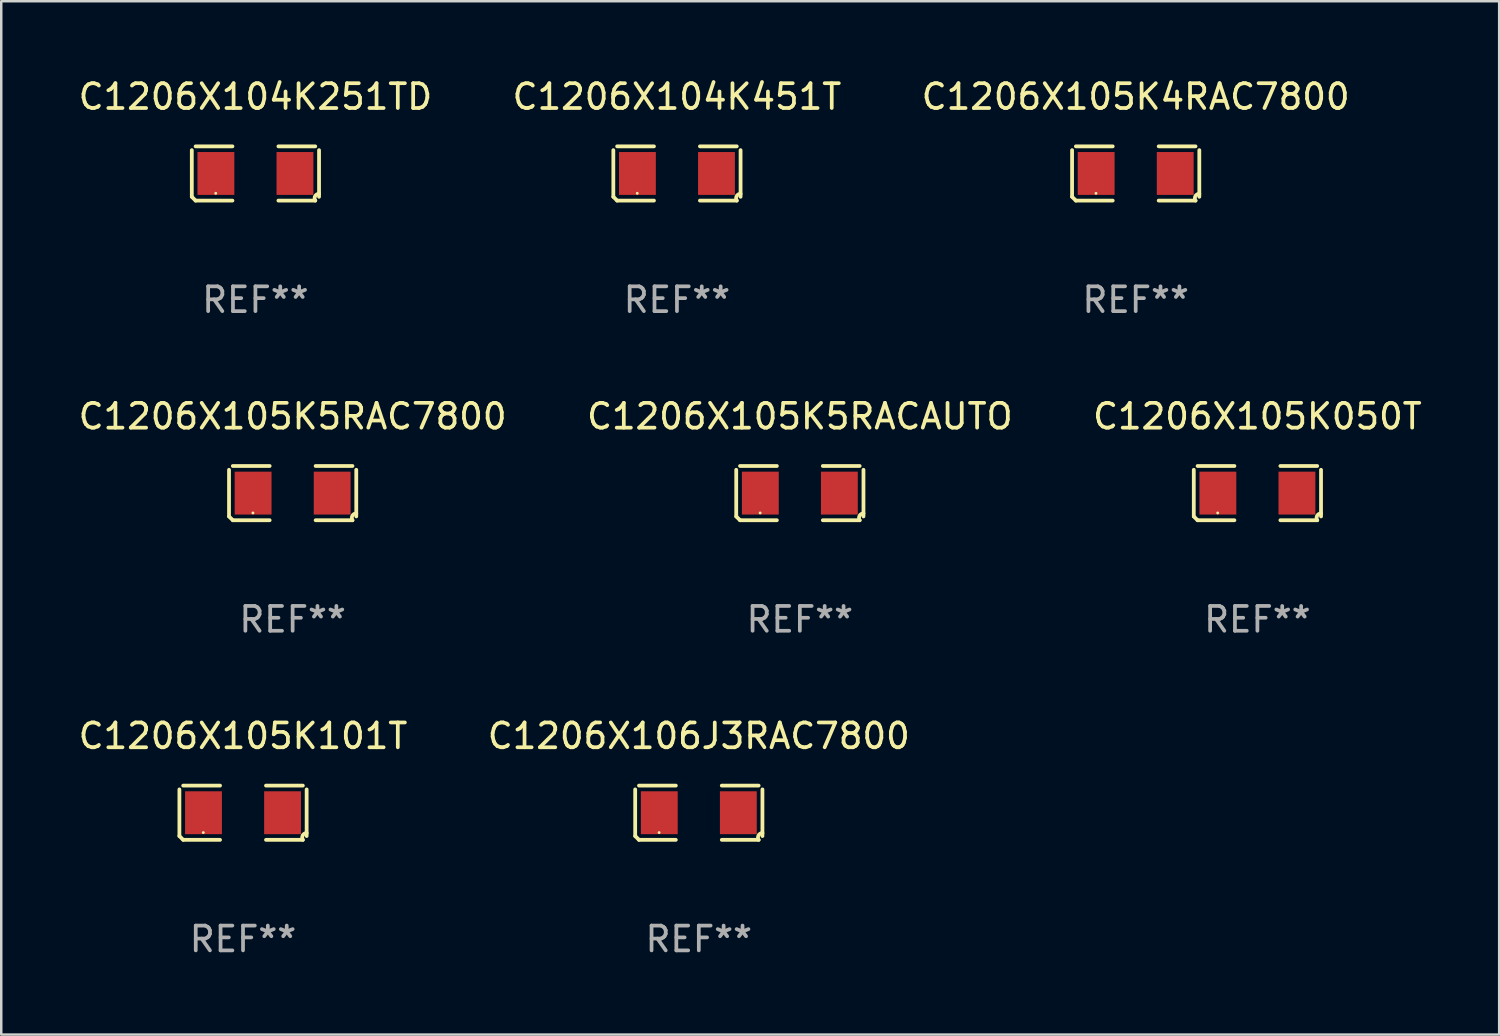
<source format=kicad_pcb>
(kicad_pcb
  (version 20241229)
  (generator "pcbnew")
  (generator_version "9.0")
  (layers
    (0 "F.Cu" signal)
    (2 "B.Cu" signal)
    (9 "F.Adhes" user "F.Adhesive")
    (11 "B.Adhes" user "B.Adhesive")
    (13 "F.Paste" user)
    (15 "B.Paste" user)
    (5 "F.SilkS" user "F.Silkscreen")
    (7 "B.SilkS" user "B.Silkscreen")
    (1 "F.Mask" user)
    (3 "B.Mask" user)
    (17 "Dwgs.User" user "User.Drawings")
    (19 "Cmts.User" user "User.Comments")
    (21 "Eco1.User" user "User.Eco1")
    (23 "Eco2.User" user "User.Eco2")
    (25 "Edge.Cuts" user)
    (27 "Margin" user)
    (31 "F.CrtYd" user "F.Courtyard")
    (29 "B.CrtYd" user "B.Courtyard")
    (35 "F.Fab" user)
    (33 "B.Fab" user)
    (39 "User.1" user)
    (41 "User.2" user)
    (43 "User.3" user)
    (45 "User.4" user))
  (footprint "C1206X105K4RAC7800"
    (layer "F.Cu")
    (at 42.72 3.941)
    (property "Reference" "C1206X105K4RAC7800" (at 0 -3.093 0) (layer "F.SilkS") (effects (font (size 1 1) (thickness 0.15))))
    (attr through_hole)
    (fp_line (start -2.564 0.94) (end -2.564 -0.94) (stroke (width 0.152) (type solid)) (layer "F.SilkS"))
    (fp_line (start -2.411 -1.093) (end -0.926 -1.093) (stroke (width 0.152) (type solid)) (layer "F.SilkS"))
    (fp_line (start -0.926 1.093) (end -2.411 1.093) (stroke (width 0.152) (type solid)) (layer "F.SilkS"))
    (fp_line (start 0.926 1.093) (end 2.411 1.093) (stroke (width 0.152) (type solid)) (layer "F.SilkS"))
    (fp_line (start 2.411 -1.093) (end 0.926 -1.093) (stroke (width 0.152) (type solid)) (layer "F.SilkS"))
    (fp_line (start 2.564 0.94) (end 2.564 -0.94) (stroke (width 0.152) (type solid)) (layer "F.SilkS"))
    (fp_arc (start -2.411201 1.092609) (mid -2.487413 1.01642) (end -2.563602 0.940208) (stroke (width 0.1524) (type solid)) (layer "F.SilkS"))
    (fp_arc (start 2.411201 1.092609) (mid 2.407159 0.911226) (end 2.563602 0.819347) (stroke (width 0.1524) (type solid)) (layer "F.SilkS"))
    (fp_circle (center -1.6 0.8) (end -1.57 0.8) (stroke (width 0.06) (type solid)) (fill no) (layer "F.SilkS"))
    (fp_text user "REF**" (at 0 5.093 0) (layer "F.Fab") (effects (font (size 1 1) (thickness 0.15))))
    (pad "1" smd rect (at -1.593 0) (size 1.485 1.728) (layers "F.Cu" "F.Mask" "F.Paste"))
    (pad "2" smd rect (at 1.593 0) (size 1.485 1.728) (layers "F.Cu" "F.Mask" "F.Paste")))
  (footprint "C1206X105K5RACAUTO"
    (layer "F.Cu")
    (at 29.185 16.823)
    (property "Reference" "C1206X105K5RACAUTO" (at 0 -3.093 0) (layer "F.SilkS") (effects (font (size 1 1) (thickness 0.15))))
    (attr through_hole)
    (fp_line (start -2.564 0.94) (end -2.564 -0.94) (stroke (width 0.152) (type solid)) (layer "F.SilkS"))
    (fp_line (start -2.411 -1.093) (end -0.926 -1.093) (stroke (width 0.152) (type solid)) (layer "F.SilkS"))
    (fp_line (start -0.926 1.093) (end -2.411 1.093) (stroke (width 0.152) (type solid)) (layer "F.SilkS"))
    (fp_line (start 0.926 1.093) (end 2.411 1.093) (stroke (width 0.152) (type solid)) (layer "F.SilkS"))
    (fp_line (start 2.411 -1.093) (end 0.926 -1.093) (stroke (width 0.152) (type solid)) (layer "F.SilkS"))
    (fp_line (start 2.564 0.94) (end 2.564 -0.94) (stroke (width 0.152) (type solid)) (layer "F.SilkS"))
    (fp_arc (start -2.411201 1.092609) (mid -2.487413 1.01642) (end -2.563602 0.940208) (stroke (width 0.1524) (type solid)) (layer "F.SilkS"))
    (fp_arc (start 2.411201 1.092609) (mid 2.407159 0.911226) (end 2.563602 0.819347) (stroke (width 0.1524) (type solid)) (layer "F.SilkS"))
    (fp_circle (center -1.6 0.8) (end -1.57 0.8) (stroke (width 0.06) (type solid)) (fill no) (layer "F.SilkS"))
    (fp_text user "REF**" (at 0 5.093 0) (layer "F.Fab") (effects (font (size 1 1) (thickness 0.15))))
    (pad "1" smd rect (at -1.593 0) (size 1.485 1.728) (layers "F.Cu" "F.Mask" "F.Paste"))
    (pad "2" smd rect (at 1.593 0) (size 1.485 1.728) (layers "F.Cu" "F.Mask" "F.Paste")))
  (footprint "C1206X105K101T"
    (layer "F.Cu")
    (at 6.744 29.704)
    (property "Reference" "C1206X105K101T" (at 0 -3.093 0) (layer "F.SilkS") (effects (font (size 1 1) (thickness 0.15))))
    (attr through_hole)
    (fp_line (start -2.564 0.94) (end -2.564 -0.94) (stroke (width 0.152) (type solid)) (layer "F.SilkS"))
    (fp_line (start -2.411 -1.093) (end -0.926 -1.093) (stroke (width 0.152) (type solid)) (layer "F.SilkS"))
    (fp_line (start -0.926 1.093) (end -2.411 1.093) (stroke (width 0.152) (type solid)) (layer "F.SilkS"))
    (fp_line (start 0.926 1.093) (end 2.411 1.093) (stroke (width 0.152) (type solid)) (layer "F.SilkS"))
    (fp_line (start 2.411 -1.093) (end 0.926 -1.093) (stroke (width 0.152) (type solid)) (layer "F.SilkS"))
    (fp_line (start 2.564 0.94) (end 2.564 -0.94) (stroke (width 0.152) (type solid)) (layer "F.SilkS"))
    (fp_arc (start -2.411201 1.092609) (mid -2.487413 1.01642) (end -2.563602 0.940208) (stroke (width 0.1524) (type solid)) (layer "F.SilkS"))
    (fp_arc (start 2.411201 1.092609) (mid 2.407159 0.911226) (end 2.563602 0.819347) (stroke (width 0.1524) (type solid)) (layer "F.SilkS"))
    (fp_circle (center -1.6 0.8) (end -1.57 0.8) (stroke (width 0.06) (type solid)) (fill no) (layer "F.SilkS"))
    (fp_text user "REF**" (at 0 5.093 0) (layer "F.Fab") (effects (font (size 1 1) (thickness 0.15))))
    (pad "1" smd rect (at -1.593 0) (size 1.485 1.728) (layers "F.Cu" "F.Mask" "F.Paste"))
    (pad "2" smd rect (at 1.593 0) (size 1.485 1.728) (layers "F.Cu" "F.Mask" "F.Paste")))
  (footprint "C1206X106J3RAC7800"
    (layer "F.Cu")
    (at 25.113 29.704)
    (property "Reference" "C1206X106J3RAC7800" (at 0 -3.093 0) (layer "F.SilkS") (effects (font (size 1 1) (thickness 0.15))))
    (attr through_hole)
    (fp_line (start -2.564 0.94) (end -2.564 -0.94) (stroke (width 0.152) (type solid)) (layer "F.SilkS"))
    (fp_line (start -2.411 -1.093) (end -0.926 -1.093) (stroke (width 0.152) (type solid)) (layer "F.SilkS"))
    (fp_line (start -0.926 1.093) (end -2.411 1.093) (stroke (width 0.152) (type solid)) (layer "F.SilkS"))
    (fp_line (start 0.926 1.093) (end 2.411 1.093) (stroke (width 0.152) (type solid)) (layer "F.SilkS"))
    (fp_line (start 2.411 -1.093) (end 0.926 -1.093) (stroke (width 0.152) (type solid)) (layer "F.SilkS"))
    (fp_line (start 2.564 0.94) (end 2.564 -0.94) (stroke (width 0.152) (type solid)) (layer "F.SilkS"))
    (fp_arc (start -2.411201 1.092609) (mid -2.487413 1.01642) (end -2.563602 0.940208) (stroke (width 0.1524) (type solid)) (layer "F.SilkS"))
    (fp_arc (start 2.411201 1.092609) (mid 2.407159 0.911226) (end 2.563602 0.819347) (stroke (width 0.1524) (type solid)) (layer "F.SilkS"))
    (fp_circle (center -1.6 0.8) (end -1.57 0.8) (stroke (width 0.06) (type solid)) (fill no) (layer "F.SilkS"))
    (fp_text user "REF**" (at 0 5.093 0) (layer "F.Fab") (effects (font (size 1 1) (thickness 0.15))))
    (pad "1" smd rect (at -1.593 0) (size 1.485 1.728) (layers "F.Cu" "F.Mask" "F.Paste"))
    (pad "2" smd rect (at 1.593 0) (size 1.485 1.728) (layers "F.Cu" "F.Mask" "F.Paste")))
  (footprint "C1206X105K5RAC7800"
    (layer "F.Cu")
    (at 8.744 16.823)
    (property "Reference" "C1206X105K5RAC7800" (at 0 -3.093 0) (layer "F.SilkS") (effects (font (size 1 1) (thickness 0.15))))
    (attr through_hole)
    (fp_line (start -2.564 0.94) (end -2.564 -0.94) (stroke (width 0.152) (type solid)) (layer "F.SilkS"))
    (fp_line (start -2.411 -1.093) (end -0.926 -1.093) (stroke (width 0.152) (type solid)) (layer "F.SilkS"))
    (fp_line (start -0.926 1.093) (end -2.411 1.093) (stroke (width 0.152) (type solid)) (layer "F.SilkS"))
    (fp_line (start 0.926 1.093) (end 2.411 1.093) (stroke (width 0.152) (type solid)) (layer "F.SilkS"))
    (fp_line (start 2.411 -1.093) (end 0.926 -1.093) (stroke (width 0.152) (type solid)) (layer "F.SilkS"))
    (fp_line (start 2.564 0.94) (end 2.564 -0.94) (stroke (width 0.152) (type solid)) (layer "F.SilkS"))
    (fp_arc (start -2.411201 1.092609) (mid -2.487413 1.01642) (end -2.563602 0.940208) (stroke (width 0.1524) (type solid)) (layer "F.SilkS"))
    (fp_arc (start 2.411201 1.092609) (mid 2.407159 0.911226) (end 2.563602 0.819347) (stroke (width 0.1524) (type solid)) (layer "F.SilkS"))
    (fp_circle (center -1.6 0.8) (end -1.57 0.8) (stroke (width 0.06) (type solid)) (fill no) (layer "F.SilkS"))
    (fp_text user "REF**" (at 0 5.093 0) (layer "F.Fab") (effects (font (size 1 1) (thickness 0.15))))
    (pad "1" smd rect (at -1.593 0) (size 1.485 1.728) (layers "F.Cu" "F.Mask" "F.Paste"))
    (pad "2" smd rect (at 1.593 0) (size 1.485 1.728) (layers "F.Cu" "F.Mask" "F.Paste")))
  (footprint "C1206X104K451T"
    (layer "F.Cu")
    (at 24.232 3.941)
    (property "Reference" "C1206X104K451T" (at 0 -3.093 0) (layer "F.SilkS") (effects (font (size 1 1) (thickness 0.15))))
    (attr through_hole)
    (fp_line (start -2.564 0.94) (end -2.564 -0.94) (stroke (width 0.152) (type solid)) (layer "F.SilkS"))
    (fp_line (start -2.411 -1.093) (end -0.926 -1.093) (stroke (width 0.152) (type solid)) (layer "F.SilkS"))
    (fp_line (start -0.926 1.093) (end -2.411 1.093) (stroke (width 0.152) (type solid)) (layer "F.SilkS"))
    (fp_line (start 0.926 1.093) (end 2.411 1.093) (stroke (width 0.152) (type solid)) (layer "F.SilkS"))
    (fp_line (start 2.411 -1.093) (end 0.926 -1.093) (stroke (width 0.152) (type solid)) (layer "F.SilkS"))
    (fp_line (start 2.564 0.94) (end 2.564 -0.94) (stroke (width 0.152) (type solid)) (layer "F.SilkS"))
    (fp_arc (start -2.411201 1.092609) (mid -2.487413 1.01642) (end -2.563602 0.940208) (stroke (width 0.1524) (type solid)) (layer "F.SilkS"))
    (fp_arc (start 2.411201 1.092609) (mid 2.407159 0.911226) (end 2.563602 0.819347) (stroke (width 0.1524) (type solid)) (layer "F.SilkS"))
    (fp_circle (center -1.6 0.8) (end -1.57 0.8) (stroke (width 0.06) (type solid)) (fill no) (layer "F.SilkS"))
    (fp_text user "REF**" (at 0 5.093 0) (layer "F.Fab") (effects (font (size 1 1) (thickness 0.15))))
    (pad "1" smd rect (at -1.593 0) (size 1.485 1.728) (layers "F.Cu" "F.Mask" "F.Paste"))
    (pad "2" smd rect (at 1.593 0) (size 1.485 1.728) (layers "F.Cu" "F.Mask" "F.Paste")))
  (footprint "C1206X105K050T"
    (layer "F.Cu")
    (at 47.625 16.823)
    (property "Reference" "C1206X105K050T" (at 0 -3.093 0) (layer "F.SilkS") (effects (font (size 1 1) (thickness 0.15))))
    (attr through_hole)
    (fp_line (start -2.564 0.94) (end -2.564 -0.94) (stroke (width 0.152) (type solid)) (layer "F.SilkS"))
    (fp_line (start -2.411 -1.093) (end -0.926 -1.093) (stroke (width 0.152) (type solid)) (layer "F.SilkS"))
    (fp_line (start -0.926 1.093) (end -2.411 1.093) (stroke (width 0.152) (type solid)) (layer "F.SilkS"))
    (fp_line (start 0.926 1.093) (end 2.411 1.093) (stroke (width 0.152) (type solid)) (layer "F.SilkS"))
    (fp_line (start 2.411 -1.093) (end 0.926 -1.093) (stroke (width 0.152) (type solid)) (layer "F.SilkS"))
    (fp_line (start 2.564 0.94) (end 2.564 -0.94) (stroke (width 0.152) (type solid)) (layer "F.SilkS"))
    (fp_arc (start -2.411201 1.092609) (mid -2.487413 1.01642) (end -2.563602 0.940208) (stroke (width 0.1524) (type solid)) (layer "F.SilkS"))
    (fp_arc (start 2.411201 1.092609) (mid 2.407159 0.911226) (end 2.563602 0.819347) (stroke (width 0.1524) (type solid)) (layer "F.SilkS"))
    (fp_circle (center -1.6 0.8) (end -1.57 0.8) (stroke (width 0.06) (type solid)) (fill no) (layer "F.SilkS"))
    (fp_text user "REF**" (at 0 5.093 0) (layer "F.Fab") (effects (font (size 1 1) (thickness 0.15))))
    (pad "1" smd rect (at -1.593 0) (size 1.485 1.728) (layers "F.Cu" "F.Mask" "F.Paste"))
    (pad "2" smd rect (at 1.593 0) (size 1.485 1.728) (layers "F.Cu" "F.Mask" "F.Paste")))
  (footprint "C1206X104K251TD"
    (layer "F.Cu")
    (at 7.244 3.941)
    (property "Reference" "C1206X104K251TD" (at 0 -3.093 0) (layer "F.SilkS") (effects (font (size 1 1) (thickness 0.15))))
    (attr through_hole)
    (fp_line (start -2.564 0.94) (end -2.564 -0.94) (stroke (width 0.152) (type solid)) (layer "F.SilkS"))
    (fp_line (start -2.411 -1.093) (end -0.926 -1.093) (stroke (width 0.152) (type solid)) (layer "F.SilkS"))
    (fp_line (start -0.926 1.093) (end -2.411 1.093) (stroke (width 0.152) (type solid)) (layer "F.SilkS"))
    (fp_line (start 0.926 1.093) (end 2.411 1.093) (stroke (width 0.152) (type solid)) (layer "F.SilkS"))
    (fp_line (start 2.411 -1.093) (end 0.926 -1.093) (stroke (width 0.152) (type solid)) (layer "F.SilkS"))
    (fp_line (start 2.564 0.94) (end 2.564 -0.94) (stroke (width 0.152) (type solid)) (layer "F.SilkS"))
    (fp_arc (start -2.411201 1.092609) (mid -2.487413 1.01642) (end -2.563602 0.940208) (stroke (width 0.1524) (type solid)) (layer "F.SilkS"))
    (fp_arc (start 2.411201 1.092609) (mid 2.407159 0.911226) (end 2.563602 0.819347) (stroke (width 0.1524) (type solid)) (layer "F.SilkS"))
    (fp_circle (center -1.6 0.8) (end -1.57 0.8) (stroke (width 0.06) (type solid)) (fill no) (layer "F.SilkS"))
    (fp_text user "REF**" (at 0 5.093 0) (layer "F.Fab") (effects (font (size 1 1) (thickness 0.15))))
    (pad "1" smd rect (at -1.593 0) (size 1.485 1.728) (layers "F.Cu" "F.Mask" "F.Paste"))
    (pad "2" smd rect (at 1.593 0) (size 1.485 1.728) (layers "F.Cu" "F.Mask" "F.Paste")))
  (gr_rect
    (start -3 -3)
    (end 57.369 38.645)
    (stroke (width 0.1) (type default))
    (fill no)
    (layer "Edge.Cuts")))
</source>
